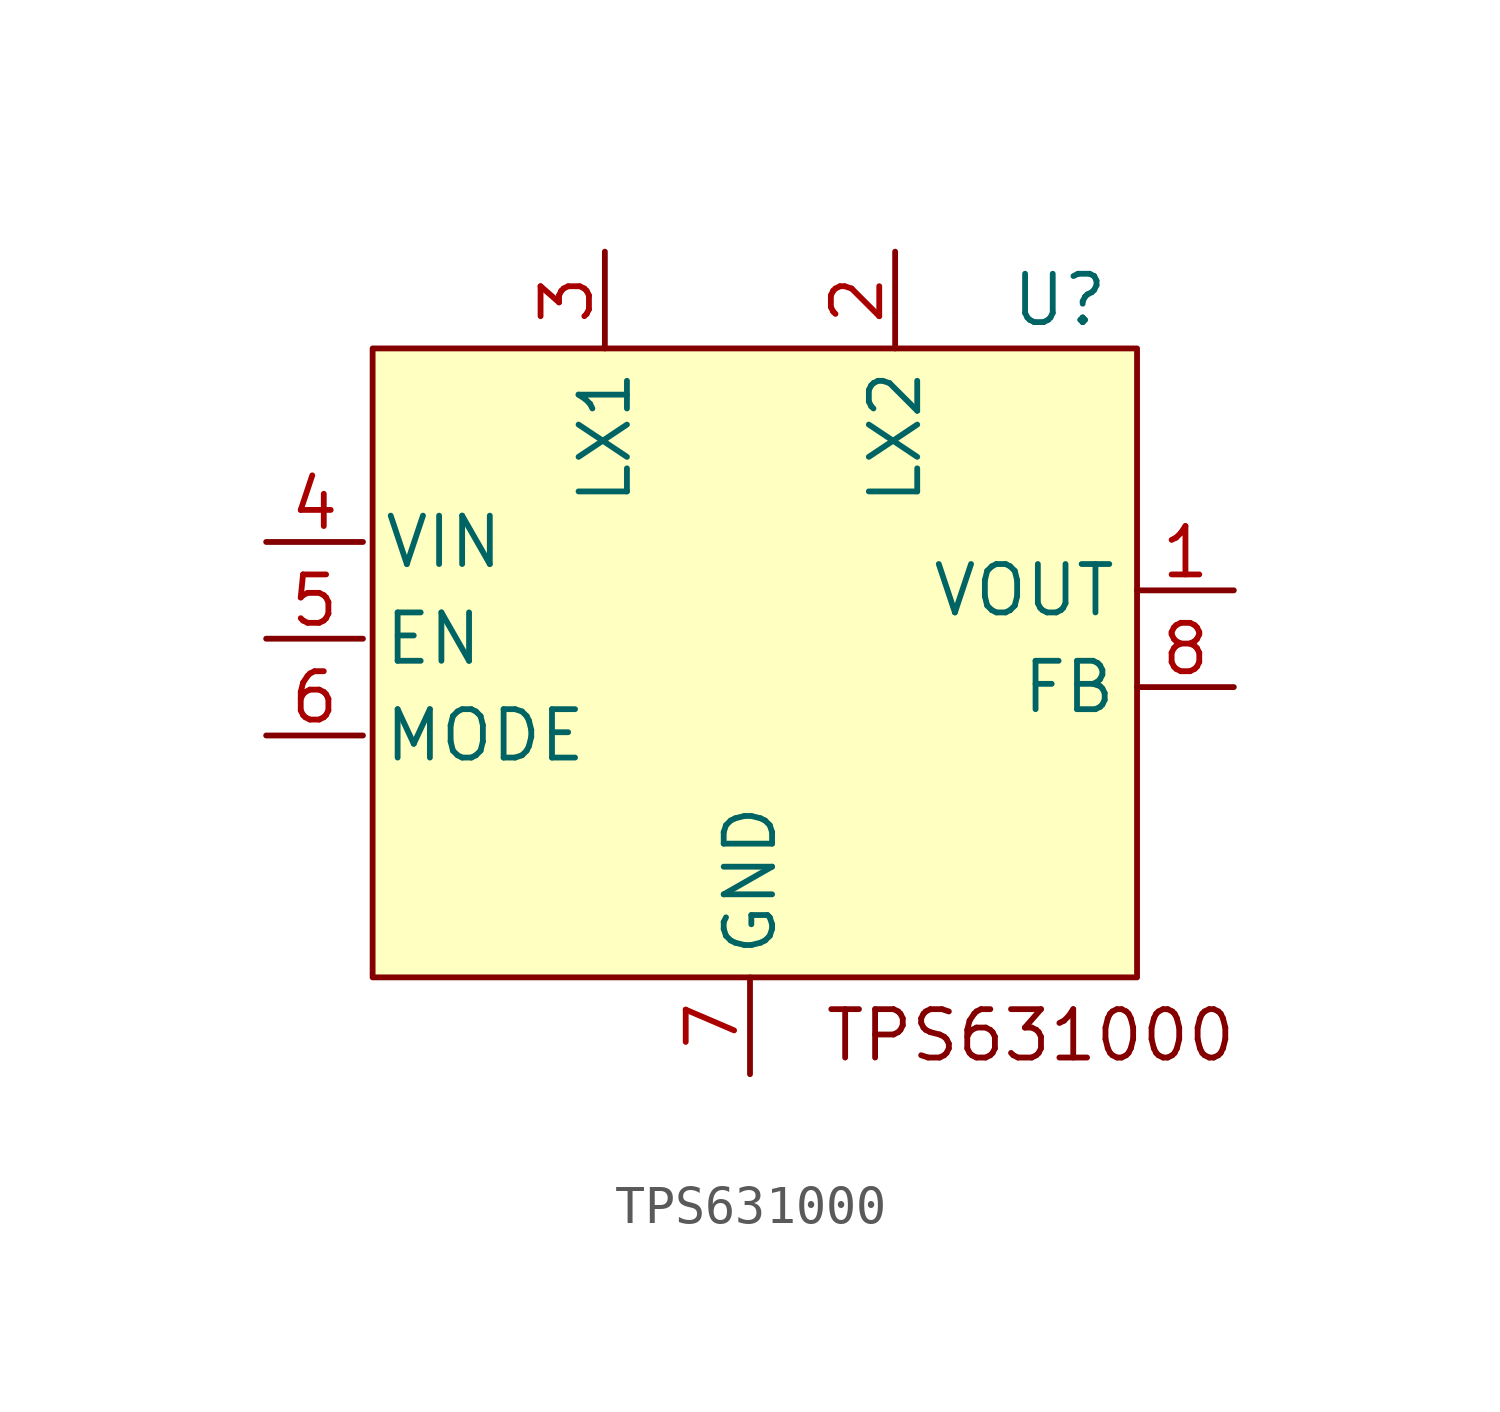
<source format=kicad_sym>
(kicad_symbol_lib
  (version 20231120)
  (generator "kicad_symbol_editor")
  (generator_version "8.0")
  (symbol "TPS631000"
    (property "Reference" "U"
      (at 8.128 13.97 0)
      (effects (font (size 1.27 1.27))))
    (property "Value" ""
      (at 0 0 0)
      (effects (font (size 1.27 1.27))))
    (symbol "TPS631000_1_1"
      (rectangle (start -9.906 12.7) (end 10.16 -3.81) (stroke (width 0) (type default)) (fill (type background)))
      (text "TPS631000" (at 7.366 -5.334 0) (effects (font (size 1.27 1.27))))
      (pin power_out line (at 12.7 6.35 180) (length 2.54) (name "VOUT" (effects (font (size 1.27 1.27)))) (number "1" (effects (font (size 1.27 1.27)))))
      (pin passive line (at 3.81 15.24 270) (length 2.54) (name "LX2" (effects (font (size 1.27 1.27)))) (number "2" (effects (font (size 1.27 1.27)))))
      (pin passive line (at -3.81 15.24 270) (length 2.54) (name "LX1" (effects (font (size 1.27 1.27)))) (number "3" (effects (font (size 1.27 1.27)))))
      (pin power_in line (at -12.7 7.62 0) (length 2.54) (name "VIN" (effects (font (size 1.27 1.27)))) (number "4" (effects (font (size 1.27 1.27)))))
      (pin input line (at -12.7 5.08 0) (length 2.54) (name "EN" (effects (font (size 1.27 1.27)))) (number "5" (effects (font (size 1.27 1.27)))))
      (pin input line (at -12.7 2.54 0) (length 2.54) (name "MODE" (effects (font (size 1.27 1.27)))) (number "6" (effects (font (size 1.27 1.27)))))
      (pin power_in line (at 0 -6.35 90) (length 2.54) (name "GND" (effects (font (size 1.27 1.27)))) (number "7" (effects (font (size 1.27 1.27)))))
      (pin input line (at 12.7 3.81 180) (length 2.54) (name "FB" (effects (font (size 1.27 1.27)))) (number "8" (effects (font (size 1.27 1.27))))))))
</source>
